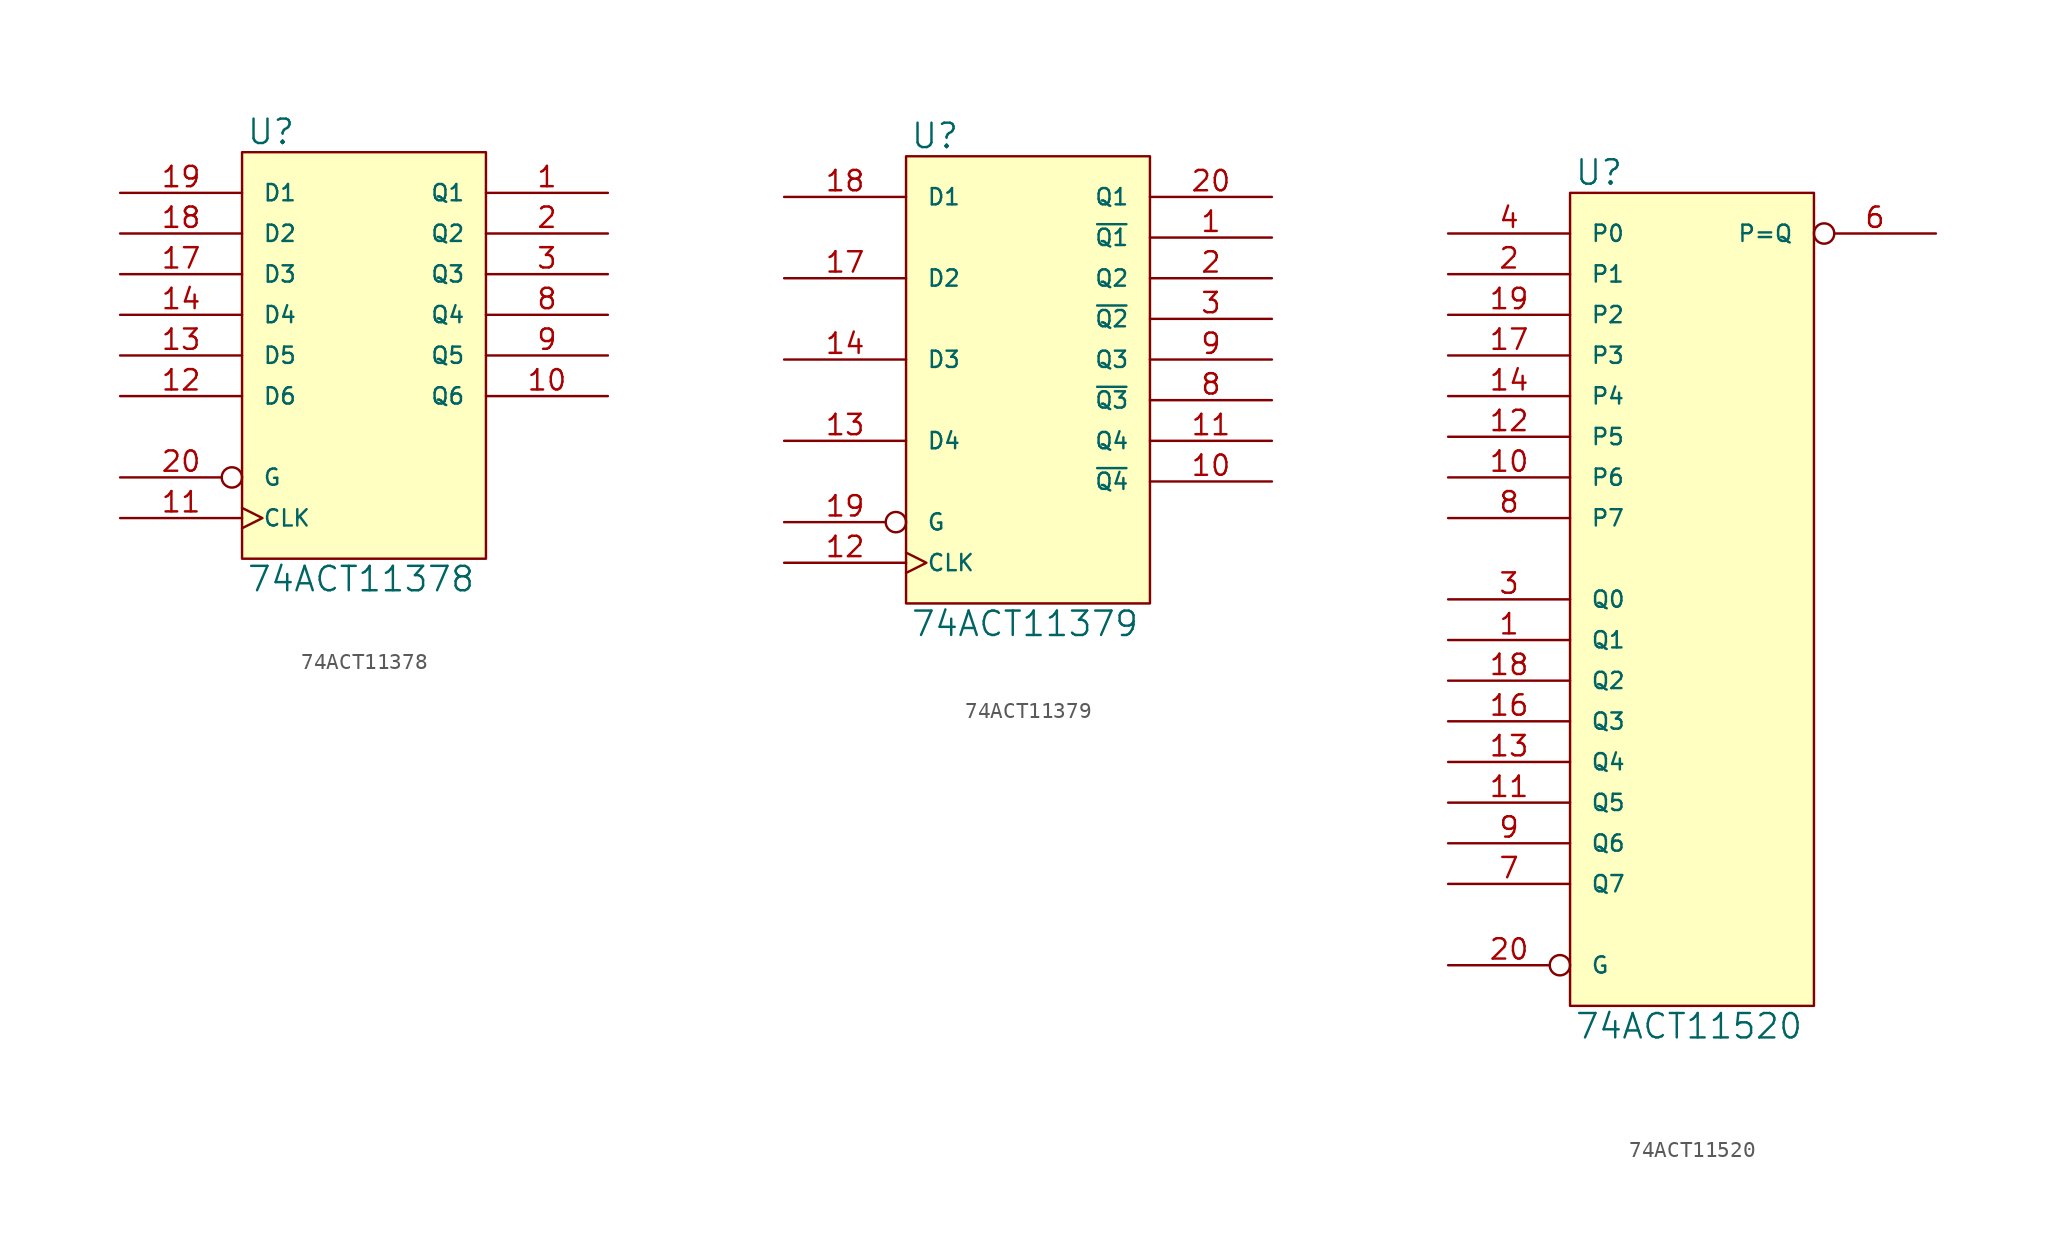
<source format=kicad_sym>
(kicad_symbol_lib
  (version 20231120)
  (generator "kicad_symbol_editor")
  (generator_version "8.0")
  (symbol "74ACT11378"
    (pin_names
      (offset 1.27))
    (property "Reference" "U"
      (at 0.254 0.381 0)
      (effects (font (size 1.524 1.524)) (justify left bottom)))
    (property "Value" "74ACT11378"
      (at 0.254 -25.781 0)
      (effects (font (size 1.524 1.524)) (justify left top)))
    (symbol "74ACT11378_0_1"
      (rectangle (start 0 0) (end 15.24 -25.4) (stroke (width 0) (type solid)) (fill (type background))))
    (symbol "74ACT11378_1_1"
      (pin output line (at 22.86 -2.54 180) (length 7.62) (name "Q1" (effects (font (size 1.016 1.016)))) (number "1" (effects (font (size 1.27 1.27)))))
      (pin output line (at 22.86 -15.24 180) (length 7.62) (name "Q6" (effects (font (size 1.016 1.016)))) (number "10" (effects (font (size 1.27 1.27)))))
      (pin input clock (at -7.62 -22.86 0) (length 7.62) (name "CLK" (effects (font (size 1.016 1.016)))) (number "11" (effects (font (size 1.27 1.27)))))
      (pin input line (at -7.62 -15.24 0) (length 7.62) (name "D6" (effects (font (size 1.016 1.016)))) (number "12" (effects (font (size 1.27 1.27)))))
      (pin input line (at -7.62 -12.7 0) (length 7.62) (name "D5" (effects (font (size 1.016 1.016)))) (number "13" (effects (font (size 1.27 1.27)))))
      (pin input line (at -7.62 -10.16 0) (length 7.62) (name "D4" (effects (font (size 1.016 1.016)))) (number "14" (effects (font (size 1.27 1.27)))))
      (pin power_in line (at 2.54 0 270) (length 0) hide (name "VCC" (effects (font (size 1.016 1.016)))) (number "15" (effects (font (size 1.27 1.27)))))
      (pin power_in line (at 0 0 270) (length 0) hide (name "VCC" (effects (font (size 1.016 1.016)))) (number "16" (effects (font (size 1.27 1.27)))))
      (pin input line (at -7.62 -7.62 0) (length 7.62) (name "D3" (effects (font (size 1.016 1.016)))) (number "17" (effects (font (size 1.27 1.27)))))
      (pin input line (at -7.62 -5.08 0) (length 7.62) (name "D2" (effects (font (size 1.016 1.016)))) (number "18" (effects (font (size 1.27 1.27)))))
      (pin input line (at -7.62 -2.54 0) (length 7.62) (name "D1" (effects (font (size 1.016 1.016)))) (number "19" (effects (font (size 1.27 1.27)))))
      (pin output line (at 22.86 -5.08 180) (length 7.62) (name "Q2" (effects (font (size 1.016 1.016)))) (number "2" (effects (font (size 1.27 1.27)))))
      (pin input inverted (at -7.62 -20.32 0) (length 7.62) (name "G" (effects (font (size 1.016 1.016)))) (number "20" (effects (font (size 1.27 1.27)))))
      (pin output line (at 22.86 -7.62 180) (length 7.62) (name "Q3" (effects (font (size 1.016 1.016)))) (number "3" (effects (font (size 1.27 1.27)))))
      (pin power_in line (at 0 -25.4 90) (length 0) hide (name "GND" (effects (font (size 1.016 1.016)))) (number "4" (effects (font (size 1.27 1.27)))))
      (pin power_in line (at 2.54 -25.4 90) (length 0) hide (name "GND" (effects (font (size 1.016 1.016)))) (number "5" (effects (font (size 1.27 1.27)))))
      (pin power_in line (at 5.08 -25.4 90) (length 0) hide (name "GND" (effects (font (size 1.016 1.016)))) (number "6" (effects (font (size 1.27 1.27)))))
      (pin power_in line (at 7.62 -25.4 90) (length 0) hide (name "GND" (effects (font (size 1.016 1.016)))) (number "7" (effects (font (size 1.27 1.27)))))
      (pin output line (at 22.86 -10.16 180) (length 7.62) (name "Q4" (effects (font (size 1.016 1.016)))) (number "8" (effects (font (size 1.27 1.27)))))
      (pin output line (at 22.86 -12.7 180) (length 7.62) (name "Q5" (effects (font (size 1.016 1.016)))) (number "9" (effects (font (size 1.27 1.27)))))))
  (symbol "74ACT11379"
    (pin_names
      (offset 1.27))
    (property "Reference" "U"
      (at 0.254 0.381 0)
      (effects (font (size 1.524 1.524)) (justify left bottom)))
    (property "Value" "74ACT11379"
      (at 0.254 -28.321 0)
      (effects (font (size 1.524 1.524)) (justify left top)))
    (symbol "74ACT11379_0_1"
      (rectangle (start 0 0) (end 15.24 -27.94) (stroke (width 0) (type solid)) (fill (type background))))
    (symbol "74ACT11379_1_1"
      (pin output line (at 22.86 -5.08 180) (length 7.62) (name "~{Q1}" (effects (font (size 1.016 1.016)))) (number "1" (effects (font (size 1.27 1.27)))))
      (pin output line (at 22.86 -20.32 180) (length 7.62) (name "~{Q4}" (effects (font (size 1.016 1.016)))) (number "10" (effects (font (size 1.27 1.27)))))
      (pin output line (at 22.86 -17.78 180) (length 7.62) (name "Q4" (effects (font (size 1.016 1.016)))) (number "11" (effects (font (size 1.27 1.27)))))
      (pin input clock (at -7.62 -25.4 0) (length 7.62) (name "CLK" (effects (font (size 1.016 1.016)))) (number "12" (effects (font (size 1.27 1.27)))))
      (pin input line (at -7.62 -17.78 0) (length 7.62) (name "D4" (effects (font (size 1.016 1.016)))) (number "13" (effects (font (size 1.27 1.27)))))
      (pin input line (at -7.62 -12.7 0) (length 7.62) (name "D3" (effects (font (size 1.016 1.016)))) (number "14" (effects (font (size 1.27 1.27)))))
      (pin power_in line (at 2.54 0 270) (length 0) hide (name "VCC" (effects (font (size 1.016 1.016)))) (number "15" (effects (font (size 1.27 1.27)))))
      (pin power_in line (at 0 0 270) (length 0) hide (name "VCC" (effects (font (size 1.016 1.016)))) (number "16" (effects (font (size 1.27 1.27)))))
      (pin input line (at -7.62 -7.62 0) (length 7.62) (name "D2" (effects (font (size 1.016 1.016)))) (number "17" (effects (font (size 1.27 1.27)))))
      (pin input line (at -7.62 -2.54 0) (length 7.62) (name "D1" (effects (font (size 1.016 1.016)))) (number "18" (effects (font (size 1.27 1.27)))))
      (pin input inverted (at -7.62 -22.86 0) (length 7.62) (name "G" (effects (font (size 1.016 1.016)))) (number "19" (effects (font (size 1.27 1.27)))))
      (pin output line (at 22.86 -7.62 180) (length 7.62) (name "Q2" (effects (font (size 1.016 1.016)))) (number "2" (effects (font (size 1.27 1.27)))))
      (pin output line (at 22.86 -2.54 180) (length 7.62) (name "Q1" (effects (font (size 1.016 1.016)))) (number "20" (effects (font (size 1.27 1.27)))))
      (pin output line (at 22.86 -10.16 180) (length 7.62) (name "~{Q2}" (effects (font (size 1.016 1.016)))) (number "3" (effects (font (size 1.27 1.27)))))
      (pin power_in line (at 0 -27.94 90) (length 0) hide (name "GND" (effects (font (size 1.016 1.016)))) (number "4" (effects (font (size 1.27 1.27)))))
      (pin power_in line (at 2.54 -27.94 90) (length 0) hide (name "GND" (effects (font (size 1.016 1.016)))) (number "5" (effects (font (size 1.27 1.27)))))
      (pin power_in line (at 5.08 -27.94 90) (length 0) hide (name "GND" (effects (font (size 1.016 1.016)))) (number "6" (effects (font (size 1.27 1.27)))))
      (pin power_in line (at 7.62 -27.94 90) (length 0) hide (name "GND" (effects (font (size 1.016 1.016)))) (number "7" (effects (font (size 1.27 1.27)))))
      (pin output line (at 22.86 -15.24 180) (length 7.62) (name "~{Q3}" (effects (font (size 1.016 1.016)))) (number "8" (effects (font (size 1.27 1.27)))))
      (pin output line (at 22.86 -12.7 180) (length 7.62) (name "Q3" (effects (font (size 1.016 1.016)))) (number "9" (effects (font (size 1.27 1.27)))))))
  (symbol "74ACT11520"
    (pin_names
      (offset 1.27))
    (property "Reference" "U"
      (at 0.254 0.381 0)
      (effects (font (size 1.524 1.524)) (justify left bottom)))
    (property "Value" "74ACT11520"
      (at 0.254 -51.181 0)
      (effects (font (size 1.524 1.524)) (justify left top)))
    (symbol "74ACT11520_0_1"
      (rectangle (start 0 0) (end 15.24 -50.8) (stroke (width 0) (type solid)) (fill (type background))))
    (symbol "74ACT11520_1_1"
      (pin input line (at -7.62 -27.94 0) (length 7.62) (name "Q1" (effects (font (size 1.016 1.016)))) (number "1" (effects (font (size 1.27 1.27)))))
      (pin input line (at -7.62 -17.78 0) (length 7.62) (name "P6" (effects (font (size 1.016 1.016)))) (number "10" (effects (font (size 1.27 1.27)))))
      (pin input line (at -7.62 -38.1 0) (length 7.62) (name "Q5" (effects (font (size 1.016 1.016)))) (number "11" (effects (font (size 1.27 1.27)))))
      (pin input line (at -7.62 -15.24 0) (length 7.62) (name "P5" (effects (font (size 1.016 1.016)))) (number "12" (effects (font (size 1.27 1.27)))))
      (pin input line (at -7.62 -35.56 0) (length 7.62) (name "Q4" (effects (font (size 1.016 1.016)))) (number "13" (effects (font (size 1.27 1.27)))))
      (pin input line (at -7.62 -12.7 0) (length 7.62) (name "P4" (effects (font (size 1.016 1.016)))) (number "14" (effects (font (size 1.27 1.27)))))
      (pin power_in line (at 0 0 270) (length 0) hide (name "VCC" (effects (font (size 1.016 1.016)))) (number "15" (effects (font (size 1.27 1.27)))))
      (pin input line (at -7.62 -33.02 0) (length 7.62) (name "Q3" (effects (font (size 1.016 1.016)))) (number "16" (effects (font (size 1.27 1.27)))))
      (pin input line (at -7.62 -10.16 0) (length 7.62) (name "P3" (effects (font (size 1.016 1.016)))) (number "17" (effects (font (size 1.27 1.27)))))
      (pin input line (at -7.62 -30.48 0) (length 7.62) (name "Q2" (effects (font (size 1.016 1.016)))) (number "18" (effects (font (size 1.27 1.27)))))
      (pin input line (at -7.62 -7.62 0) (length 7.62) (name "P2" (effects (font (size 1.016 1.016)))) (number "19" (effects (font (size 1.27 1.27)))))
      (pin input line (at -7.62 -5.08 0) (length 7.62) (name "P1" (effects (font (size 1.016 1.016)))) (number "2" (effects (font (size 1.27 1.27)))))
      (pin input inverted (at -7.62 -48.26 0) (length 7.62) (name "G" (effects (font (size 1.016 1.016)))) (number "20" (effects (font (size 1.27 1.27)))))
      (pin input line (at -7.62 -25.4 0) (length 7.62) (name "Q0" (effects (font (size 1.016 1.016)))) (number "3" (effects (font (size 1.27 1.27)))))
      (pin input line (at -7.62 -2.54 0) (length 7.62) (name "P0" (effects (font (size 1.016 1.016)))) (number "4" (effects (font (size 1.27 1.27)))))
      (pin power_in line (at 0 -50.8 90) (length 0) hide (name "GND" (effects (font (size 1.016 1.016)))) (number "5" (effects (font (size 1.27 1.27)))))
      (pin output inverted (at 22.86 -2.54 180) (length 7.62) (name "P=Q" (effects (font (size 1.016 1.016)))) (number "6" (effects (font (size 1.27 1.27)))))
      (pin input line (at -7.62 -43.18 0) (length 7.62) (name "Q7" (effects (font (size 1.016 1.016)))) (number "7" (effects (font (size 1.27 1.27)))))
      (pin input line (at -7.62 -20.32 0) (length 7.62) (name "P7" (effects (font (size 1.016 1.016)))) (number "8" (effects (font (size 1.27 1.27)))))
      (pin input line (at -7.62 -40.64 0) (length 7.62) (name "Q6" (effects (font (size 1.016 1.016)))) (number "9" (effects (font (size 1.27 1.27))))))))
</source>
